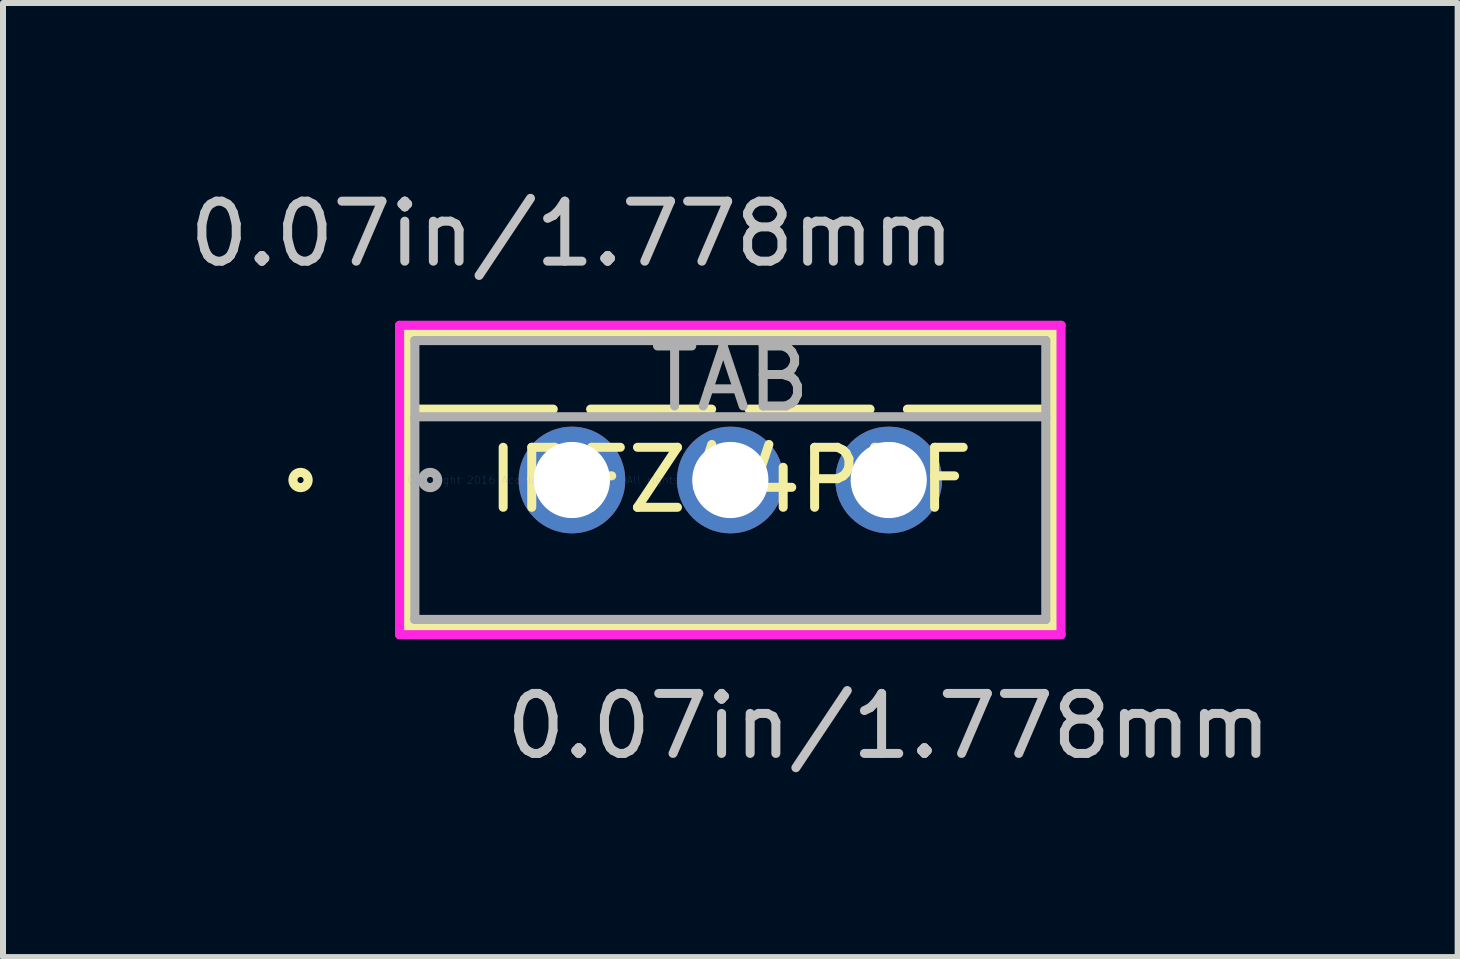
<source format=kicad_pcb>
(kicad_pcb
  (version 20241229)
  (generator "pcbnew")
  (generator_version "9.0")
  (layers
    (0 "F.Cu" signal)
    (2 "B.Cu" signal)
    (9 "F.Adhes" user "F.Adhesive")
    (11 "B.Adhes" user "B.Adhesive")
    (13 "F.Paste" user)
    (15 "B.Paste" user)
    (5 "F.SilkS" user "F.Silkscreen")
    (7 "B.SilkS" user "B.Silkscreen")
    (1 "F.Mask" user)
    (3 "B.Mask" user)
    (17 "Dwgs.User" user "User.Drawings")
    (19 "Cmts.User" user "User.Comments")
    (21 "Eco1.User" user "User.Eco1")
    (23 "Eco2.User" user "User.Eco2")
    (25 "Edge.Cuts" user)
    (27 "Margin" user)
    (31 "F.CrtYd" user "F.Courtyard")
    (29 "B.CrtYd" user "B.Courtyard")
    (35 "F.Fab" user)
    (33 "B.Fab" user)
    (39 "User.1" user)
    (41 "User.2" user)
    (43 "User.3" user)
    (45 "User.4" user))
  (footprint "IRFZ44PBF"
    (layer "F.Cu")
    (at 6.482 4.95)
    (property "Reference" "IRFZ44PBF" (at 2.64 0 0) (layer "F.SilkS") (effects (font (size 1 1) (thickness 0.15))))
    (attr through_hole)
    (fp_line (start -2.745 -2.451) (end -2.745 2.451) (stroke (width 0.152) (type solid)) (layer "F.SilkS"))
    (fp_line (start -2.745 2.451) (end 8.025 2.451) (stroke (width 0.152) (type solid)) (layer "F.SilkS"))
    (fp_line (start -2.618 -1.181) (end -0.312 -1.181) (stroke (width 0.152) (type solid)) (layer "F.SilkS"))
    (fp_line (start 0.312 -1.181) (end 2.328 -1.181) (stroke (width 0.152) (type solid)) (layer "F.SilkS"))
    (fp_line (start 2.952 -1.181) (end 4.968 -1.181) (stroke (width 0.152) (type solid)) (layer "F.SilkS"))
    (fp_line (start 5.592 -1.181) (end 7.898 -1.181) (stroke (width 0.152) (type solid)) (layer "F.SilkS"))
    (fp_line (start 8.025 -2.451) (end -2.745 -2.451) (stroke (width 0.152) (type solid)) (layer "F.SilkS"))
    (fp_line (start 8.025 2.451) (end 8.025 -2.451) (stroke (width 0.152) (type solid)) (layer "F.SilkS"))
    (fp_circle (center -4.523 0) (end -4.396 0) (stroke (width 0.152) (type solid)) (fill no) (layer "F.SilkS"))
    (fp_line (start -2.872 -2.578) (end -2.872 2.578) (stroke (width 0.152) (type solid)) (layer "F.CrtYd"))
    (fp_line (start -2.872 2.578) (end 8.152 2.578) (stroke (width 0.152) (type solid)) (layer "F.CrtYd"))
    (fp_line (start 8.152 -2.578) (end -2.872 -2.578) (stroke (width 0.152) (type solid)) (layer "F.CrtYd"))
    (fp_line (start 8.152 2.578) (end 8.152 -2.578) (stroke (width 0.152) (type solid)) (layer "F.CrtYd"))
    (fp_line (start -2.618 -2.324) (end -2.618 2.324) (stroke (width 0.152) (type solid)) (layer "F.Fab"))
    (fp_line (start -2.618 -1.054) (end 7.898 -1.054) (stroke (width 0.152) (type solid)) (layer "F.Fab"))
    (fp_line (start -2.618 2.324) (end 7.898 2.324) (stroke (width 0.152) (type solid)) (layer "F.Fab"))
    (fp_line (start 7.898 -2.324) (end -2.618 -2.324) (stroke (width 0.152) (type solid)) (layer "F.Fab"))
    (fp_line (start 7.898 2.324) (end 7.898 -2.324) (stroke (width 0.152) (type solid)) (layer "F.Fab"))
    (fp_circle (center -2.364 0) (end -2.237 0) (stroke (width 0.152) (type solid)) (fill no) (layer "F.Fab"))
    (fp_text user "*" (at 0 0 0) (layer "F.SilkS") (effects (font (size 1 1) (thickness 0.15))))
    (fp_text user "0.07in/1.778mm" (at 5.28 4.102 0) (layer "Dwgs.User") (effects (font (size 1 1) (thickness 0.15))))
    (fp_text user "0.07in/1.778mm" (at 0 -4.102 0) (layer "Dwgs.User") (effects (font (size 1 1) (thickness 0.15))))
    (fp_text user "Copyright 2016 Accelerated Designs. All rights reserved." (at 0 0 0) (layer "Cmts.User") (effects (font (size 0.127 0.127) (thickness 0.002))))
    (fp_text user "TAB" (at 2.64 -1.689 0) (layer "F.Fab") (effects (font (size 1 1) (thickness 0.15))))
    (fp_text user "*" (at 0 0 0) (layer "F.Fab") (effects (font (size 1 1) (thickness 0.15))))
    (pad "1" thru_hole circle (at 0 0) (size 1.778 1.778) (drill 1.27) (layers "*.Cu" "*.Mask"))
    (pad "2" thru_hole circle (at 2.64 0) (size 1.778 1.778) (drill 1.27) (layers "*.Cu" "*.Mask"))
    (pad "3" thru_hole circle (at 5.28 0) (size 1.778 1.778) (drill 1.27) (layers "*.Cu" "*.Mask")))
  (gr_rect
    (start -3 -3)
    (end 21.244 12.901)
    (stroke (width 0.1) (type default))
    (fill no)
    (layer "Edge.Cuts")))
</source>
